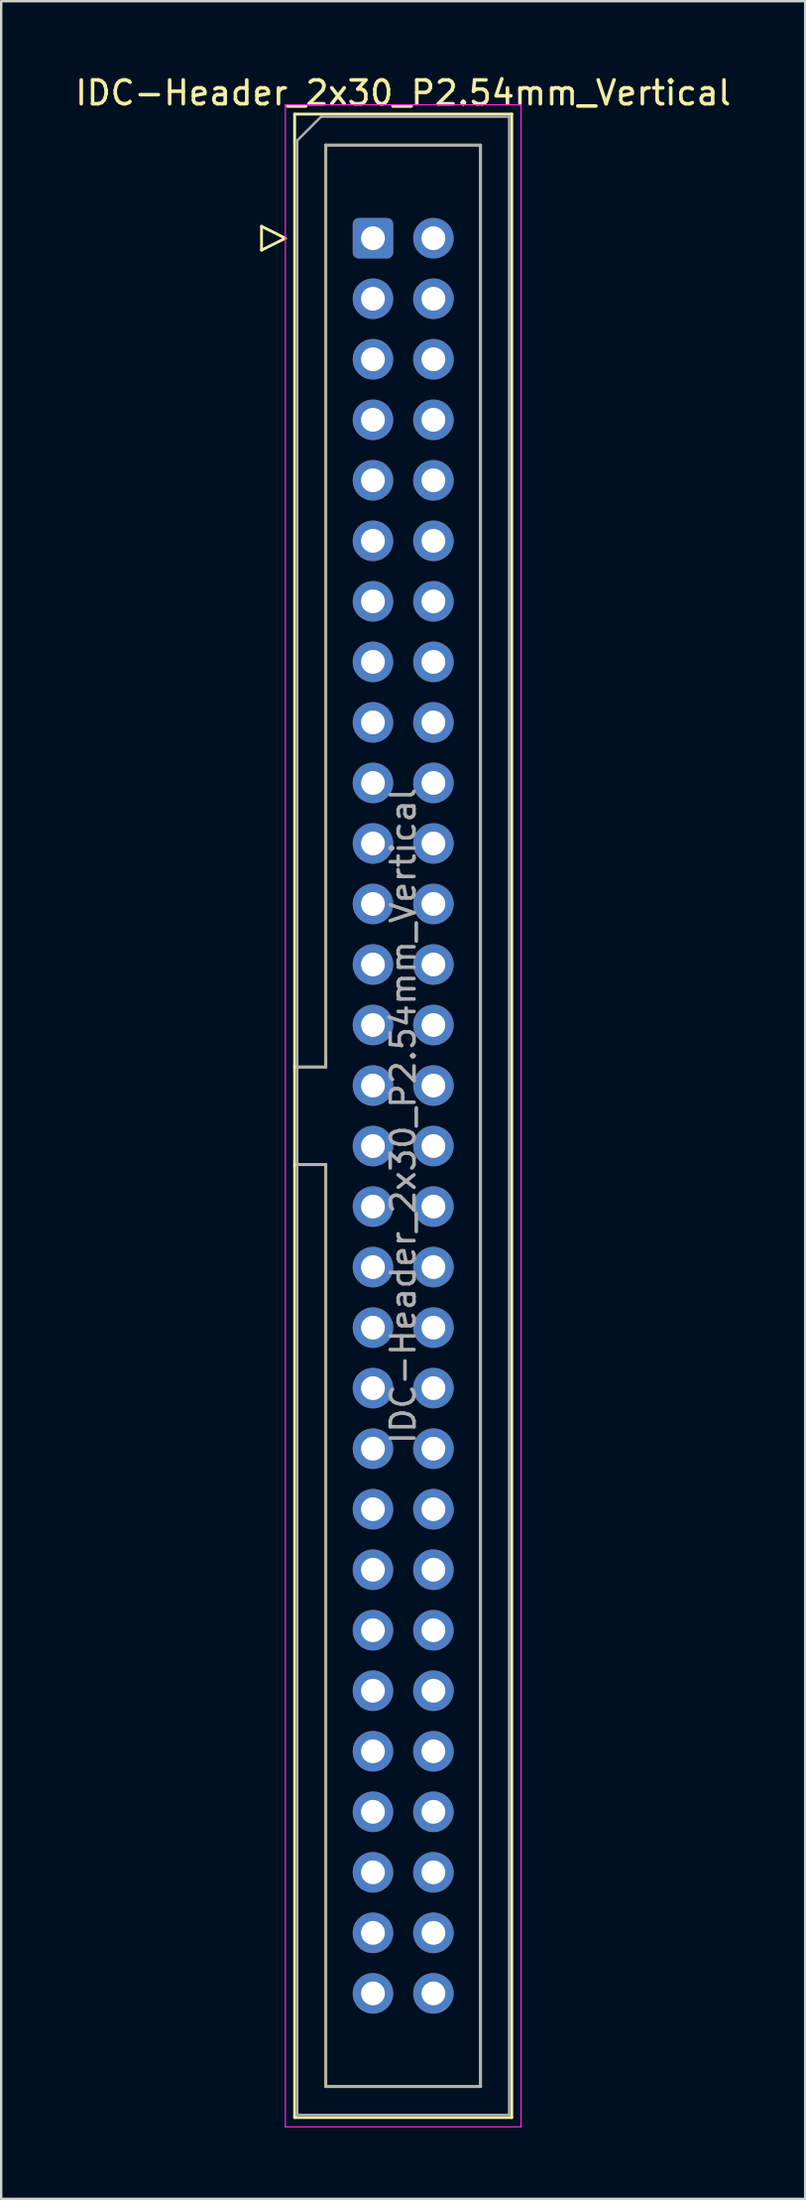
<source format=kicad_pcb>
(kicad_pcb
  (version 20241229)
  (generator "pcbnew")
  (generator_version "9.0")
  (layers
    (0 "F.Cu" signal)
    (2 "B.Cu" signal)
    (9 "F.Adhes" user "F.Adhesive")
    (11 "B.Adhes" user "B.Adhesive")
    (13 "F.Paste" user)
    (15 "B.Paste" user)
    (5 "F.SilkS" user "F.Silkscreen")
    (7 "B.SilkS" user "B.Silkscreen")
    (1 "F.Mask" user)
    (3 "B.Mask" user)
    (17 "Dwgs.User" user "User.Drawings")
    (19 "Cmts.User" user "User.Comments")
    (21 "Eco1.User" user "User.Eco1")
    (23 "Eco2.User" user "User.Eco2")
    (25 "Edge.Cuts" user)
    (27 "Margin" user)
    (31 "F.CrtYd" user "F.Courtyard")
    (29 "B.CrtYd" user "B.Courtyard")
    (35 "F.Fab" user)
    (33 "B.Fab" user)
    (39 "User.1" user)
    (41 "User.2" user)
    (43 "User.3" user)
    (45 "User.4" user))
  (footprint "IDC-Header_2x30_P2.54mm_Vertical"
    (layer "F.Cu")
    (at 12.617 6.948)
    (property "Reference" "IDC-Header_2x30_P2.54mm_Vertical" (at 1.27 -6.1 0) (layer "F.SilkS") (effects (font (size 1 1) (thickness 0.15))))
    (attr through_hole)
    (fp_line (start -4.68 -0.5) (end -4.68 0.5) (stroke (width 0.12) (type solid)) (layer "F.SilkS"))
    (fp_line (start -4.68 0.5) (end -3.68 0) (stroke (width 0.12) (type solid)) (layer "F.SilkS"))
    (fp_line (start -3.68 0) (end -4.68 -0.5) (stroke (width 0.12) (type solid)) (layer "F.SilkS"))
    (fp_line (start -3.29 -5.21) (end 5.83 -5.21) (stroke (width 0.12) (type solid)) (layer "F.SilkS"))
    (fp_line (start -3.29 34.78) (end -1.98 34.78) (stroke (width 0.12) (type solid)) (layer "F.SilkS"))
    (fp_line (start -3.29 78.87) (end -3.29 -5.21) (stroke (width 0.12) (type solid)) (layer "F.SilkS"))
    (fp_line (start -1.98 -3.91) (end 4.52 -3.91) (stroke (width 0.12) (type solid)) (layer "F.SilkS"))
    (fp_line (start -1.98 34.78) (end -1.98 -3.91) (stroke (width 0.12) (type solid)) (layer "F.SilkS"))
    (fp_line (start -1.98 38.88) (end -3.29 38.88) (stroke (width 0.12) (type solid)) (layer "F.SilkS"))
    (fp_line (start -1.98 77.57) (end -1.98 38.88) (stroke (width 0.12) (type solid)) (layer "F.SilkS"))
    (fp_line (start 4.52 -3.91) (end 4.52 77.57) (stroke (width 0.12) (type solid)) (layer "F.SilkS"))
    (fp_line (start 4.52 77.57) (end -1.98 77.57) (stroke (width 0.12) (type solid)) (layer "F.SilkS"))
    (fp_line (start 5.83 -5.21) (end 5.83 78.87) (stroke (width 0.12) (type solid)) (layer "F.SilkS"))
    (fp_line (start 5.83 78.87) (end -3.29 78.87) (stroke (width 0.12) (type solid)) (layer "F.SilkS"))
    (fp_line (start -3.68 -5.6) (end -3.68 79.26) (stroke (width 0.05) (type solid)) (layer "F.CrtYd"))
    (fp_line (start -3.68 79.26) (end 6.22 79.26) (stroke (width 0.05) (type solid)) (layer "F.CrtYd"))
    (fp_line (start 6.22 -5.6) (end -3.68 -5.6) (stroke (width 0.05) (type solid)) (layer "F.CrtYd"))
    (fp_line (start 6.22 79.26) (end 6.22 -5.6) (stroke (width 0.05) (type solid)) (layer "F.CrtYd"))
    (fp_line (start -3.18 -4.1) (end -2.18 -5.1) (stroke (width 0.1) (type solid)) (layer "F.Fab"))
    (fp_line (start -3.18 34.78) (end -1.98 34.78) (stroke (width 0.1) (type solid)) (layer "F.Fab"))
    (fp_line (start -3.18 78.76) (end -3.18 -4.1) (stroke (width 0.1) (type solid)) (layer "F.Fab"))
    (fp_line (start -2.18 -5.1) (end 5.72 -5.1) (stroke (width 0.1) (type solid)) (layer "F.Fab"))
    (fp_line (start -1.98 -3.91) (end 4.52 -3.91) (stroke (width 0.1) (type solid)) (layer "F.Fab"))
    (fp_line (start -1.98 34.78) (end -1.98 -3.91) (stroke (width 0.1) (type solid)) (layer "F.Fab"))
    (fp_line (start -1.98 38.88) (end -3.18 38.88) (stroke (width 0.1) (type solid)) (layer "F.Fab"))
    (fp_line (start -1.98 77.57) (end -1.98 38.88) (stroke (width 0.1) (type solid)) (layer "F.Fab"))
    (fp_line (start 4.52 -3.91) (end 4.52 77.57) (stroke (width 0.1) (type solid)) (layer "F.Fab"))
    (fp_line (start 4.52 77.57) (end -1.98 77.57) (stroke (width 0.1) (type solid)) (layer "F.Fab"))
    (fp_line (start 5.72 -5.1) (end 5.72 78.76) (stroke (width 0.1) (type solid)) (layer "F.Fab"))
    (fp_line (start 5.72 78.76) (end -3.18 78.76) (stroke (width 0.1) (type solid)) (layer "F.Fab"))
    (fp_text user "${REFERENCE}" (at 1.27 36.83 90) (layer "F.Fab") (effects (font (size 1 1) (thickness 0.15))))
    (pad "1" thru_hole roundrect (at 0 0) (size 1.7 1.7) (drill 1) (layers "*.Cu" "*.Mask") (roundrect_rratio 0.147))
    (pad "2" thru_hole circle (at 2.54 0) (size 1.7 1.7) (drill 1) (layers "*.Cu" "*.Mask"))
    (pad "3" thru_hole circle (at 0 2.54) (size 1.7 1.7) (drill 1) (layers "*.Cu" "*.Mask"))
    (pad "4" thru_hole circle (at 2.54 2.54) (size 1.7 1.7) (drill 1) (layers "*.Cu" "*.Mask"))
    (pad "5" thru_hole circle (at 0 5.08) (size 1.7 1.7) (drill 1) (layers "*.Cu" "*.Mask"))
    (pad "6" thru_hole circle (at 2.54 5.08) (size 1.7 1.7) (drill 1) (layers "*.Cu" "*.Mask"))
    (pad "7" thru_hole circle (at 0 7.62) (size 1.7 1.7) (drill 1) (layers "*.Cu" "*.Mask"))
    (pad "8" thru_hole circle (at 2.54 7.62) (size 1.7 1.7) (drill 1) (layers "*.Cu" "*.Mask"))
    (pad "9" thru_hole circle (at 0 10.16) (size 1.7 1.7) (drill 1) (layers "*.Cu" "*.Mask"))
    (pad "10" thru_hole circle (at 2.54 10.16) (size 1.7 1.7) (drill 1) (layers "*.Cu" "*.Mask"))
    (pad "11" thru_hole circle (at 0 12.7) (size 1.7 1.7) (drill 1) (layers "*.Cu" "*.Mask"))
    (pad "12" thru_hole circle (at 2.54 12.7) (size 1.7 1.7) (drill 1) (layers "*.Cu" "*.Mask"))
    (pad "13" thru_hole circle (at 0 15.24) (size 1.7 1.7) (drill 1) (layers "*.Cu" "*.Mask"))
    (pad "14" thru_hole circle (at 2.54 15.24) (size 1.7 1.7) (drill 1) (layers "*.Cu" "*.Mask"))
    (pad "15" thru_hole circle (at 0 17.78) (size 1.7 1.7) (drill 1) (layers "*.Cu" "*.Mask"))
    (pad "16" thru_hole circle (at 2.54 17.78) (size 1.7 1.7) (drill 1) (layers "*.Cu" "*.Mask"))
    (pad "17" thru_hole circle (at 0 20.32) (size 1.7 1.7) (drill 1) (layers "*.Cu" "*.Mask"))
    (pad "18" thru_hole circle (at 2.54 20.32) (size 1.7 1.7) (drill 1) (layers "*.Cu" "*.Mask"))
    (pad "19" thru_hole circle (at 0 22.86) (size 1.7 1.7) (drill 1) (layers "*.Cu" "*.Mask"))
    (pad "20" thru_hole circle (at 2.54 22.86) (size 1.7 1.7) (drill 1) (layers "*.Cu" "*.Mask"))
    (pad "21" thru_hole circle (at 0 25.4) (size 1.7 1.7) (drill 1) (layers "*.Cu" "*.Mask"))
    (pad "22" thru_hole circle (at 2.54 25.4) (size 1.7 1.7) (drill 1) (layers "*.Cu" "*.Mask"))
    (pad "23" thru_hole circle (at 0 27.94) (size 1.7 1.7) (drill 1) (layers "*.Cu" "*.Mask"))
    (pad "24" thru_hole circle (at 2.54 27.94) (size 1.7 1.7) (drill 1) (layers "*.Cu" "*.Mask"))
    (pad "25" thru_hole circle (at 0 30.48) (size 1.7 1.7) (drill 1) (layers "*.Cu" "*.Mask"))
    (pad "26" thru_hole circle (at 2.54 30.48) (size 1.7 1.7) (drill 1) (layers "*.Cu" "*.Mask"))
    (pad "27" thru_hole circle (at 0 33.02) (size 1.7 1.7) (drill 1) (layers "*.Cu" "*.Mask"))
    (pad "28" thru_hole circle (at 2.54 33.02) (size 1.7 1.7) (drill 1) (layers "*.Cu" "*.Mask"))
    (pad "29" thru_hole circle (at 0 35.56) (size 1.7 1.7) (drill 1) (layers "*.Cu" "*.Mask"))
    (pad "30" thru_hole circle (at 2.54 35.56) (size 1.7 1.7) (drill 1) (layers "*.Cu" "*.Mask"))
    (pad "31" thru_hole circle (at 0 38.1) (size 1.7 1.7) (drill 1) (layers "*.Cu" "*.Mask"))
    (pad "32" thru_hole circle (at 2.54 38.1) (size 1.7 1.7) (drill 1) (layers "*.Cu" "*.Mask"))
    (pad "33" thru_hole circle (at 0 40.64) (size 1.7 1.7) (drill 1) (layers "*.Cu" "*.Mask"))
    (pad "34" thru_hole circle (at 2.54 40.64) (size 1.7 1.7) (drill 1) (layers "*.Cu" "*.Mask"))
    (pad "35" thru_hole circle (at 0 43.18) (size 1.7 1.7) (drill 1) (layers "*.Cu" "*.Mask"))
    (pad "36" thru_hole circle (at 2.54 43.18) (size 1.7 1.7) (drill 1) (layers "*.Cu" "*.Mask"))
    (pad "37" thru_hole circle (at 0 45.72) (size 1.7 1.7) (drill 1) (layers "*.Cu" "*.Mask"))
    (pad "38" thru_hole circle (at 2.54 45.72) (size 1.7 1.7) (drill 1) (layers "*.Cu" "*.Mask"))
    (pad "39" thru_hole circle (at 0 48.26) (size 1.7 1.7) (drill 1) (layers "*.Cu" "*.Mask"))
    (pad "40" thru_hole circle (at 2.54 48.26) (size 1.7 1.7) (drill 1) (layers "*.Cu" "*.Mask"))
    (pad "41" thru_hole circle (at 0 50.8) (size 1.7 1.7) (drill 1) (layers "*.Cu" "*.Mask"))
    (pad "42" thru_hole circle (at 2.54 50.8) (size 1.7 1.7) (drill 1) (layers "*.Cu" "*.Mask"))
    (pad "43" thru_hole circle (at 0 53.34) (size 1.7 1.7) (drill 1) (layers "*.Cu" "*.Mask"))
    (pad "44" thru_hole circle (at 2.54 53.34) (size 1.7 1.7) (drill 1) (layers "*.Cu" "*.Mask"))
    (pad "45" thru_hole circle (at 0 55.88) (size 1.7 1.7) (drill 1) (layers "*.Cu" "*.Mask"))
    (pad "46" thru_hole circle (at 2.54 55.88) (size 1.7 1.7) (drill 1) (layers "*.Cu" "*.Mask"))
    (pad "47" thru_hole circle (at 0 58.42) (size 1.7 1.7) (drill 1) (layers "*.Cu" "*.Mask"))
    (pad "48" thru_hole circle (at 2.54 58.42) (size 1.7 1.7) (drill 1) (layers "*.Cu" "*.Mask"))
    (pad "49" thru_hole circle (at 0 60.96) (size 1.7 1.7) (drill 1) (layers "*.Cu" "*.Mask"))
    (pad "50" thru_hole circle (at 2.54 60.96) (size 1.7 1.7) (drill 1) (layers "*.Cu" "*.Mask"))
    (pad "51" thru_hole circle (at 0 63.5) (size 1.7 1.7) (drill 1) (layers "*.Cu" "*.Mask"))
    (pad "52" thru_hole circle (at 2.54 63.5) (size 1.7 1.7) (drill 1) (layers "*.Cu" "*.Mask"))
    (pad "53" thru_hole circle (at 0 66.04) (size 1.7 1.7) (drill 1) (layers "*.Cu" "*.Mask"))
    (pad "54" thru_hole circle (at 2.54 66.04) (size 1.7 1.7) (drill 1) (layers "*.Cu" "*.Mask"))
    (pad "55" thru_hole circle (at 0 68.58) (size 1.7 1.7) (drill 1) (layers "*.Cu" "*.Mask"))
    (pad "56" thru_hole circle (at 2.54 68.58) (size 1.7 1.7) (drill 1) (layers "*.Cu" "*.Mask"))
    (pad "57" thru_hole circle (at 0 71.12) (size 1.7 1.7) (drill 1) (layers "*.Cu" "*.Mask"))
    (pad "58" thru_hole circle (at 2.54 71.12) (size 1.7 1.7) (drill 1) (layers "*.Cu" "*.Mask"))
    (pad "59" thru_hole circle (at 0 73.66) (size 1.7 1.7) (drill 1) (layers "*.Cu" "*.Mask"))
    (pad "60" thru_hole circle (at 2.54 73.66) (size 1.7 1.7) (drill 1) (layers "*.Cu" "*.Mask")))
  (gr_rect
    (start -3 -3)
    (end 30.774 89.233)
    (stroke (width 0.1) (type default))
    (fill no)
    (layer "Edge.Cuts")))
</source>
